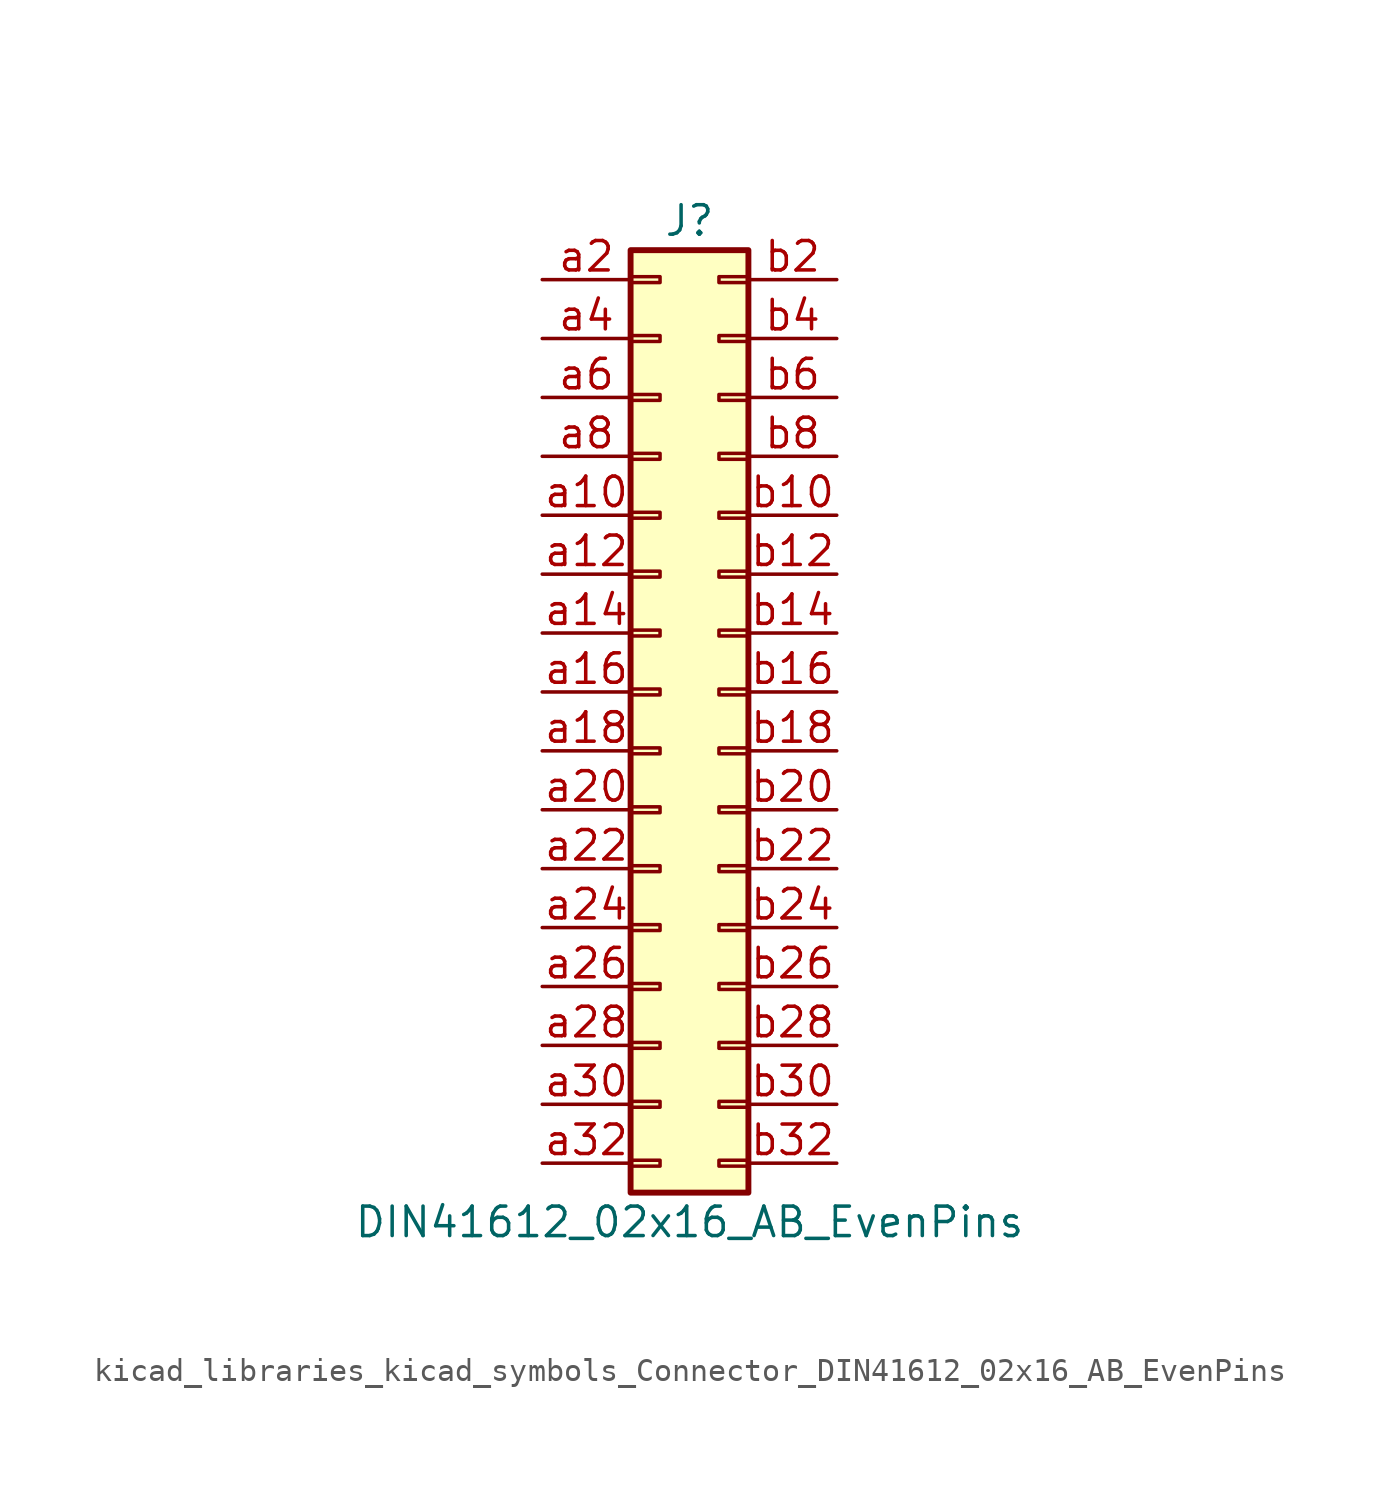
<source format=kicad_sym>
(kicad_symbol_lib
  (version 20220914)
  (generator kicad_symbol_editor)
  (symbol "kicad_libraries_kicad_symbols_Connector_DIN41612_02x16_AB_EvenPins"
    (pin_names
      (offset 1.016) hide)
    (property "Reference" "J"
      (at 1.27 20.32 0)
      (effects (font (size 1.27 1.27))))
    (property "Value" "DIN41612_02x16_AB_EvenPins"
      (at 1.27 -22.86 0)
      (effects (font (size 1.27 1.27))))
    (symbol "kicad_libraries_kicad_symbols_Connector_DIN41612_02x16_AB_EvenPins_1_1"
      (rectangle (start -1.27 -20.193) (end 0 -20.447) (stroke (width 0.152) (type default)) (fill (type none)))
      (rectangle (start -1.27 -17.653) (end 0 -17.907) (stroke (width 0.152) (type default)) (fill (type none)))
      (rectangle (start -1.27 -15.113) (end 0 -15.367) (stroke (width 0.152) (type default)) (fill (type none)))
      (rectangle (start -1.27 -12.573) (end 0 -12.827) (stroke (width 0.152) (type default)) (fill (type none)))
      (rectangle (start -1.27 -10.033) (end 0 -10.287) (stroke (width 0.152) (type default)) (fill (type none)))
      (rectangle (start -1.27 -7.493) (end 0 -7.747) (stroke (width 0.152) (type default)) (fill (type none)))
      (rectangle (start -1.27 -4.953) (end 0 -5.207) (stroke (width 0.152) (type default)) (fill (type none)))
      (rectangle (start -1.27 -2.413) (end 0 -2.667) (stroke (width 0.152) (type default)) (fill (type none)))
      (rectangle (start -1.27 0.127) (end 0 -0.127) (stroke (width 0.152) (type default)) (fill (type none)))
      (rectangle (start -1.27 2.667) (end 0 2.413) (stroke (width 0.152) (type default)) (fill (type none)))
      (rectangle (start -1.27 5.207) (end 0 4.953) (stroke (width 0.152) (type default)) (fill (type none)))
      (rectangle (start -1.27 7.747) (end 0 7.493) (stroke (width 0.152) (type default)) (fill (type none)))
      (rectangle (start -1.27 10.287) (end 0 10.033) (stroke (width 0.152) (type default)) (fill (type none)))
      (rectangle (start -1.27 12.827) (end 0 12.573) (stroke (width 0.152) (type default)) (fill (type none)))
      (rectangle (start -1.27 15.367) (end 0 15.113) (stroke (width 0.152) (type default)) (fill (type none)))
      (rectangle (start -1.27 17.907) (end 0 17.653) (stroke (width 0.152) (type default)) (fill (type none)))
      (rectangle (start -1.27 19.05) (end 3.81 -21.59) (stroke (width 0.254) (type default)) (fill (type background)))
      (rectangle (start 3.81 -20.193) (end 2.54 -20.447) (stroke (width 0.152) (type default)) (fill (type none)))
      (rectangle (start 3.81 -17.653) (end 2.54 -17.907) (stroke (width 0.152) (type default)) (fill (type none)))
      (rectangle (start 3.81 -15.113) (end 2.54 -15.367) (stroke (width 0.152) (type default)) (fill (type none)))
      (rectangle (start 3.81 -12.573) (end 2.54 -12.827) (stroke (width 0.152) (type default)) (fill (type none)))
      (rectangle (start 3.81 -10.033) (end 2.54 -10.287) (stroke (width 0.152) (type default)) (fill (type none)))
      (rectangle (start 3.81 -7.493) (end 2.54 -7.747) (stroke (width 0.152) (type default)) (fill (type none)))
      (rectangle (start 3.81 -4.953) (end 2.54 -5.207) (stroke (width 0.152) (type default)) (fill (type none)))
      (rectangle (start 3.81 -2.413) (end 2.54 -2.667) (stroke (width 0.152) (type default)) (fill (type none)))
      (rectangle (start 3.81 0.127) (end 2.54 -0.127) (stroke (width 0.152) (type default)) (fill (type none)))
      (rectangle (start 3.81 2.667) (end 2.54 2.413) (stroke (width 0.152) (type default)) (fill (type none)))
      (rectangle (start 3.81 5.207) (end 2.54 4.953) (stroke (width 0.152) (type default)) (fill (type none)))
      (rectangle (start 3.81 7.747) (end 2.54 7.493) (stroke (width 0.152) (type default)) (fill (type none)))
      (rectangle (start 3.81 10.287) (end 2.54 10.033) (stroke (width 0.152) (type default)) (fill (type none)))
      (rectangle (start 3.81 12.827) (end 2.54 12.573) (stroke (width 0.152) (type default)) (fill (type none)))
      (rectangle (start 3.81 15.367) (end 2.54 15.113) (stroke (width 0.152) (type default)) (fill (type none)))
      (rectangle (start 3.81 17.907) (end 2.54 17.653) (stroke (width 0.152) (type default)) (fill (type none)))
      (pin passive line (at -5.08 7.62 0) (length 3.81) (name "Pin_a10" (effects (font (size 1.27 1.27)))) (number "a10" (effects (font (size 1.27 1.27)))))
      (pin passive line (at -5.08 5.08 0) (length 3.81) (name "Pin_a12" (effects (font (size 1.27 1.27)))) (number "a12" (effects (font (size 1.27 1.27)))))
      (pin passive line (at -5.08 2.54 0) (length 3.81) (name "Pin_a14" (effects (font (size 1.27 1.27)))) (number "a14" (effects (font (size 1.27 1.27)))))
      (pin passive line (at -5.08 0 0) (length 3.81) (name "Pin_a16" (effects (font (size 1.27 1.27)))) (number "a16" (effects (font (size 1.27 1.27)))))
      (pin passive line (at -5.08 -2.54 0) (length 3.81) (name "Pin_a18" (effects (font (size 1.27 1.27)))) (number "a18" (effects (font (size 1.27 1.27)))))
      (pin passive line (at -5.08 17.78 0) (length 3.81) (name "Pin_a2" (effects (font (size 1.27 1.27)))) (number "a2" (effects (font (size 1.27 1.27)))))
      (pin passive line (at -5.08 -5.08 0) (length 3.81) (name "Pin_a20" (effects (font (size 1.27 1.27)))) (number "a20" (effects (font (size 1.27 1.27)))))
      (pin passive line (at -5.08 -7.62 0) (length 3.81) (name "Pin_a22" (effects (font (size 1.27 1.27)))) (number "a22" (effects (font (size 1.27 1.27)))))
      (pin passive line (at -5.08 -10.16 0) (length 3.81) (name "Pin_a24" (effects (font (size 1.27 1.27)))) (number "a24" (effects (font (size 1.27 1.27)))))
      (pin passive line (at -5.08 -12.7 0) (length 3.81) (name "Pin_a26" (effects (font (size 1.27 1.27)))) (number "a26" (effects (font (size 1.27 1.27)))))
      (pin passive line (at -5.08 -15.24 0) (length 3.81) (name "Pin_a28" (effects (font (size 1.27 1.27)))) (number "a28" (effects (font (size 1.27 1.27)))))
      (pin passive line (at -5.08 -17.78 0) (length 3.81) (name "Pin_a30" (effects (font (size 1.27 1.27)))) (number "a30" (effects (font (size 1.27 1.27)))))
      (pin passive line (at -5.08 -20.32 0) (length 3.81) (name "Pin_a32" (effects (font (size 1.27 1.27)))) (number "a32" (effects (font (size 1.27 1.27)))))
      (pin passive line (at -5.08 15.24 0) (length 3.81) (name "Pin_a4" (effects (font (size 1.27 1.27)))) (number "a4" (effects (font (size 1.27 1.27)))))
      (pin passive line (at -5.08 12.7 0) (length 3.81) (name "Pin_a6" (effects (font (size 1.27 1.27)))) (number "a6" (effects (font (size 1.27 1.27)))))
      (pin passive line (at -5.08 10.16 0) (length 3.81) (name "Pin_a8" (effects (font (size 1.27 1.27)))) (number "a8" (effects (font (size 1.27 1.27)))))
      (pin passive line (at 7.62 7.62 180) (length 3.81) (name "Pin_b10" (effects (font (size 1.27 1.27)))) (number "b10" (effects (font (size 1.27 1.27)))))
      (pin passive line (at 7.62 5.08 180) (length 3.81) (name "Pin_b12" (effects (font (size 1.27 1.27)))) (number "b12" (effects (font (size 1.27 1.27)))))
      (pin passive line (at 7.62 2.54 180) (length 3.81) (name "Pin_b14" (effects (font (size 1.27 1.27)))) (number "b14" (effects (font (size 1.27 1.27)))))
      (pin passive line (at 7.62 0 180) (length 3.81) (name "Pin_b16" (effects (font (size 1.27 1.27)))) (number "b16" (effects (font (size 1.27 1.27)))))
      (pin passive line (at 7.62 -2.54 180) (length 3.81) (name "Pin_b18" (effects (font (size 1.27 1.27)))) (number "b18" (effects (font (size 1.27 1.27)))))
      (pin passive line (at 7.62 17.78 180) (length 3.81) (name "Pin_b2" (effects (font (size 1.27 1.27)))) (number "b2" (effects (font (size 1.27 1.27)))))
      (pin passive line (at 7.62 -5.08 180) (length 3.81) (name "Pin_b20" (effects (font (size 1.27 1.27)))) (number "b20" (effects (font (size 1.27 1.27)))))
      (pin passive line (at 7.62 -7.62 180) (length 3.81) (name "Pin_b22" (effects (font (size 1.27 1.27)))) (number "b22" (effects (font (size 1.27 1.27)))))
      (pin passive line (at 7.62 -10.16 180) (length 3.81) (name "Pin_b24" (effects (font (size 1.27 1.27)))) (number "b24" (effects (font (size 1.27 1.27)))))
      (pin passive line (at 7.62 -12.7 180) (length 3.81) (name "Pin_b26" (effects (font (size 1.27 1.27)))) (number "b26" (effects (font (size 1.27 1.27)))))
      (pin passive line (at 7.62 -15.24 180) (length 3.81) (name "Pin_b28" (effects (font (size 1.27 1.27)))) (number "b28" (effects (font (size 1.27 1.27)))))
      (pin passive line (at 7.62 -17.78 180) (length 3.81) (name "Pin_b30" (effects (font (size 1.27 1.27)))) (number "b30" (effects (font (size 1.27 1.27)))))
      (pin passive line (at 7.62 -20.32 180) (length 3.81) (name "Pin_b32" (effects (font (size 1.27 1.27)))) (number "b32" (effects (font (size 1.27 1.27)))))
      (pin passive line (at 7.62 15.24 180) (length 3.81) (name "Pin_b4" (effects (font (size 1.27 1.27)))) (number "b4" (effects (font (size 1.27 1.27)))))
      (pin passive line (at 7.62 12.7 180) (length 3.81) (name "Pin_b6" (effects (font (size 1.27 1.27)))) (number "b6" (effects (font (size 1.27 1.27)))))
      (pin passive line (at 7.62 10.16 180) (length 3.81) (name "Pin_b8" (effects (font (size 1.27 1.27)))) (number "b8" (effects (font (size 1.27 1.27))))))))
</source>
